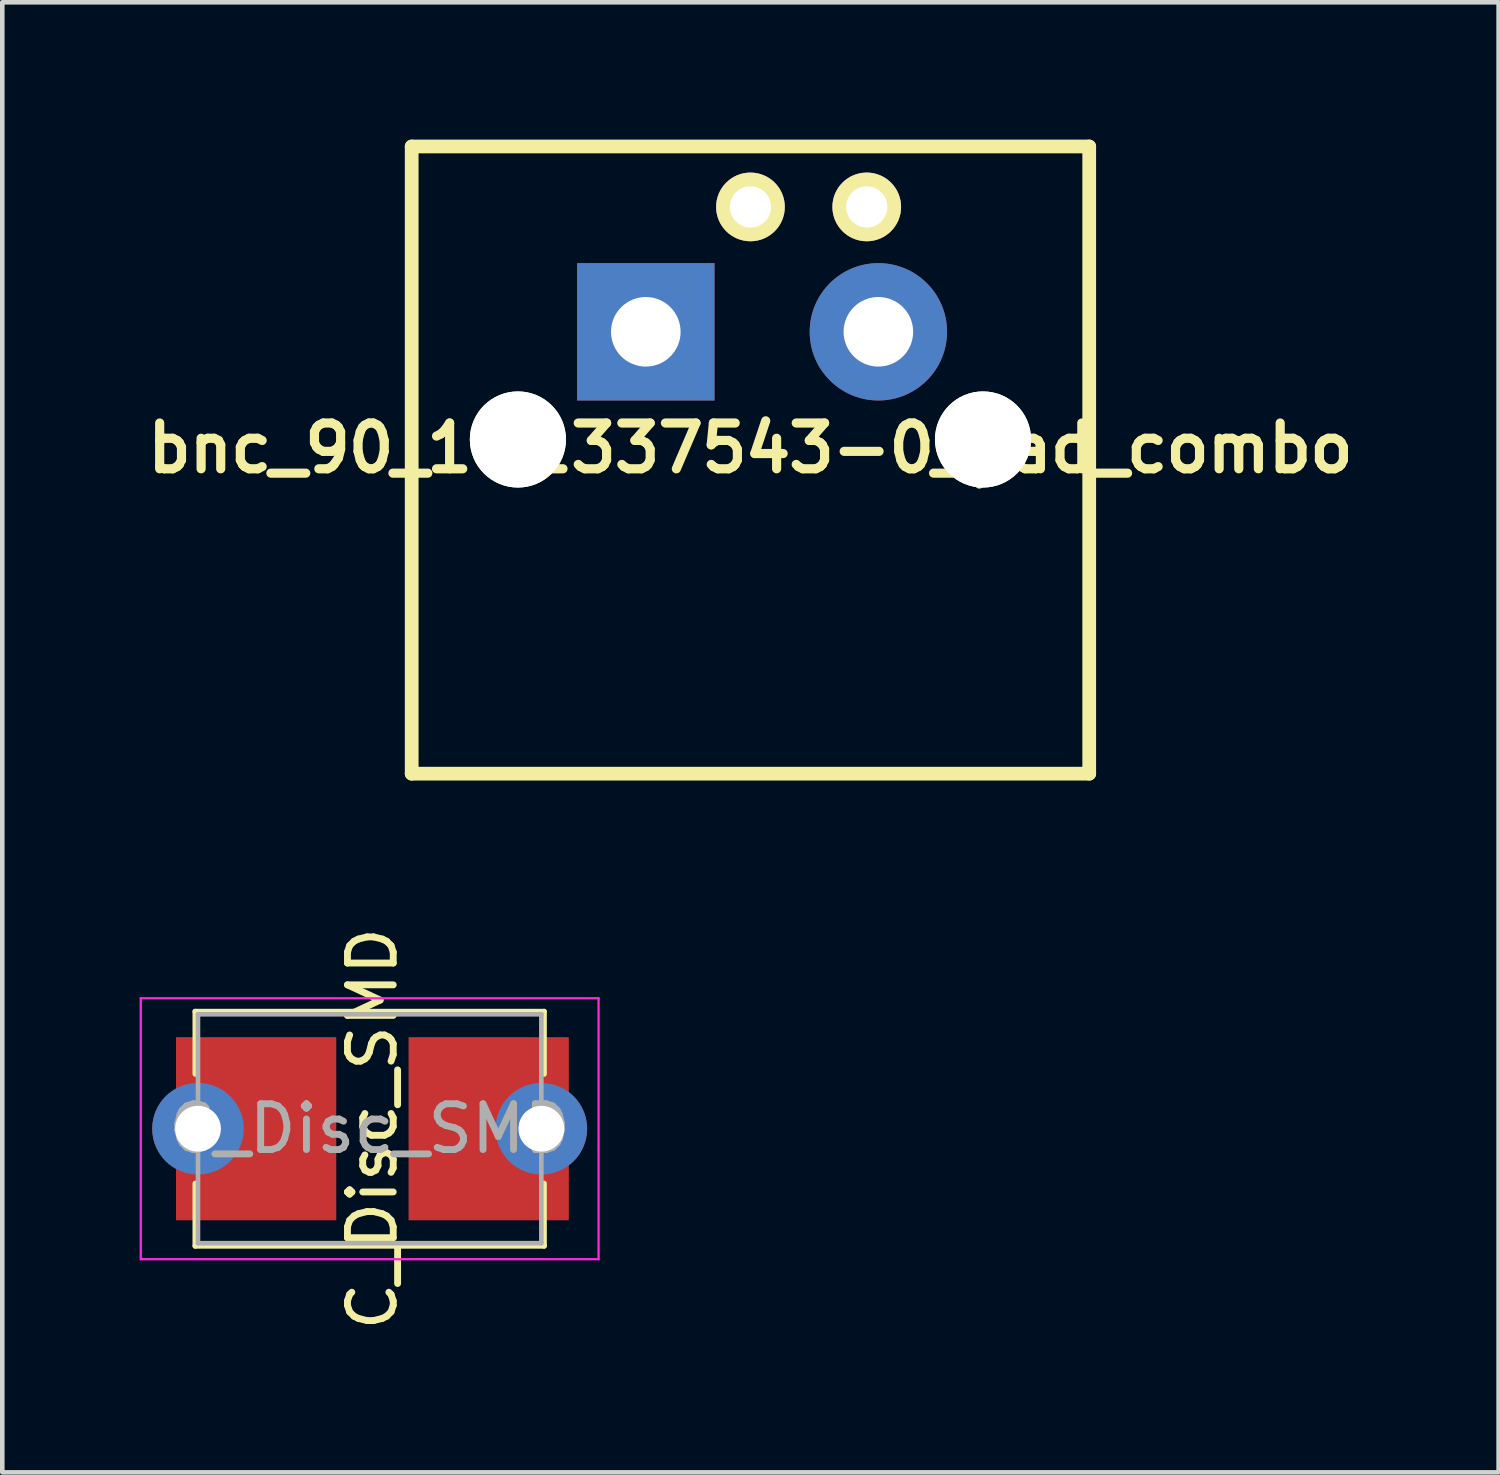
<source format=kicad_pcb>
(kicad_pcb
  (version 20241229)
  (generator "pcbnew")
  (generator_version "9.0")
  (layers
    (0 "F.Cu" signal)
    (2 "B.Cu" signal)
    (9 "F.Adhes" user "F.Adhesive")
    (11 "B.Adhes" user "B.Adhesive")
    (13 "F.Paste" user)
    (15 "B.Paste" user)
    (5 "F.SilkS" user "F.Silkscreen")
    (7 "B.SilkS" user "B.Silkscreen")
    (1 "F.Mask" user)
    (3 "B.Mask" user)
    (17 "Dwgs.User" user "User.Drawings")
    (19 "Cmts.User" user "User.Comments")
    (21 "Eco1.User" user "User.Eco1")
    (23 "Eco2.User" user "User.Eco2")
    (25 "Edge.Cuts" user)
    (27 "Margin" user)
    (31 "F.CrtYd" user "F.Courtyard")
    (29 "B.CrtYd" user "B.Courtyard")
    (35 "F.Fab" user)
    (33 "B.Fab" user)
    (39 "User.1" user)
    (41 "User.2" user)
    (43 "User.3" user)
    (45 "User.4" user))
  (footprint "bnc_90_1-1337543-0_pad_combo"
    (layer "F.Cu")
    (at 13.343 13.85)
    (property "Reference" "bnc_90_1-1337543-0_pad_combo" (at 0 -7.112 0) (layer "F.SilkS") (effects (font (size 1 1) (thickness 0.2))))
    (attr through_hole)
    (fp_line (start -7.4 -13.7) (end -7.4 0) (stroke (width 0.3) (type solid)) (layer "F.SilkS"))
    (fp_line (start -7.4 -13.7) (end 7.4 -13.7) (stroke (width 0.3) (type solid)) (layer "F.SilkS"))
    (fp_line (start -7.4 0) (end 7.4 0) (stroke (width 0.3) (type solid)) (layer "F.SilkS"))
    (fp_line (start 7.4 0) (end 7.4 -13.7) (stroke (width 0.3) (type solid)) (layer "F.SilkS"))
    (pad "" np_thru_hole circle (at -5.08 -7.3) (size 2.1 2.1) (drill 2.1) (layers "*.Cu" "*.Mask" "F.SilkS"))
    (pad "" np_thru_hole circle (at 5.08 -7.3) (size 2.1 2.1) (drill 2.1) (layers "*.Cu" "*.Mask" "F.SilkS"))
    (pad "1" thru_hole rect (at -2.286 -9.652) (size 3 3) (drill 1.52) (layers "*.Cu" "*.Mask"))
    (pad "1" thru_hole circle (at 0 -12.38) (size 1.5 1.5) (drill 0.9) (layers "*.Cu" "*.Mask" "F.SilkS"))
    (pad "2" thru_hole circle (at 2.54 -12.38) (size 1.5 1.5) (drill 0.9) (layers "*.Cu" "*.Mask" "F.SilkS"))
    (pad "2" thru_hole circle (at 2.794 -9.652) (size 3 3) (drill 1.52) (layers "*.Cu" "*.Mask")))
  (footprint "C_Disc_SMD"
    (layer "F.Cu")
    (at 1.275 21.606)
    (property "Reference" "C_Disc_SMD" (at 3.81 0 270) (layer "F.SilkS") (effects (font (size 1 1) (thickness 0.15))))
    (attr through_hole)
    (fp_line (start -0.06 -2.56) (end -0.06 -1.195) (stroke (width 0.12) (type solid)) (layer "F.SilkS"))
    (fp_line (start -0.06 -2.56) (end 7.56 -2.56) (stroke (width 0.12) (type solid)) (layer "F.SilkS"))
    (fp_line (start -0.06 1.195) (end -0.06 2.56) (stroke (width 0.12) (type solid)) (layer "F.SilkS"))
    (fp_line (start -0.06 2.56) (end 7.56 2.56) (stroke (width 0.12) (type solid)) (layer "F.SilkS"))
    (fp_line (start 7.56 -2.56) (end 7.56 -1.195) (stroke (width 0.12) (type solid)) (layer "F.SilkS"))
    (fp_line (start 7.56 1.195) (end 7.56 2.56) (stroke (width 0.12) (type solid)) (layer "F.SilkS"))
    (fp_line (start -1.25 -2.85) (end -1.25 2.85) (stroke (width 0.05) (type solid)) (layer "F.CrtYd"))
    (fp_line (start -1.25 2.85) (end 8.75 2.85) (stroke (width 0.05) (type solid)) (layer "F.CrtYd"))
    (fp_line (start 8.75 -2.85) (end -1.25 -2.85) (stroke (width 0.05) (type solid)) (layer "F.CrtYd"))
    (fp_line (start 8.75 2.85) (end 8.75 -2.85) (stroke (width 0.05) (type solid)) (layer "F.CrtYd"))
    (fp_line (start 0 -2.5) (end 0 2.5) (stroke (width 0.1) (type solid)) (layer "F.Fab"))
    (fp_line (start 0 2.5) (end 7.5 2.5) (stroke (width 0.1) (type solid)) (layer "F.Fab"))
    (fp_line (start 7.5 -2.5) (end 0 -2.5) (stroke (width 0.1) (type solid)) (layer "F.Fab"))
    (fp_line (start 7.5 2.5) (end 7.5 -2.5) (stroke (width 0.1) (type solid)) (layer "F.Fab"))
    (fp_text user "${REFERENCE}" (at 3.75 0 0) (layer "F.Fab") (effects (font (size 1 1) (thickness 0.15))))
    (pad "1" thru_hole circle (at 0 0) (size 2 2) (drill 1) (layers "*.Cu" "*.Mask"))
    (pad "1" smd rect (at 1.27 0) (size 3.5 4) (layers "F.Cu" "F.Mask" "F.Paste"))
    (pad "2" smd rect (at 6.35 0) (size 3.5 4) (layers "F.Cu" "F.Mask" "F.Paste"))
    (pad "2" thru_hole circle (at 7.5 0) (size 2 2) (drill 1) (layers "*.Cu" "*.Mask")))
  (gr_rect
    (start -3 -3)
    (end 29.686 29.112)
    (stroke (width 0.1) (type default))
    (fill no)
    (layer "Edge.Cuts")))
</source>
